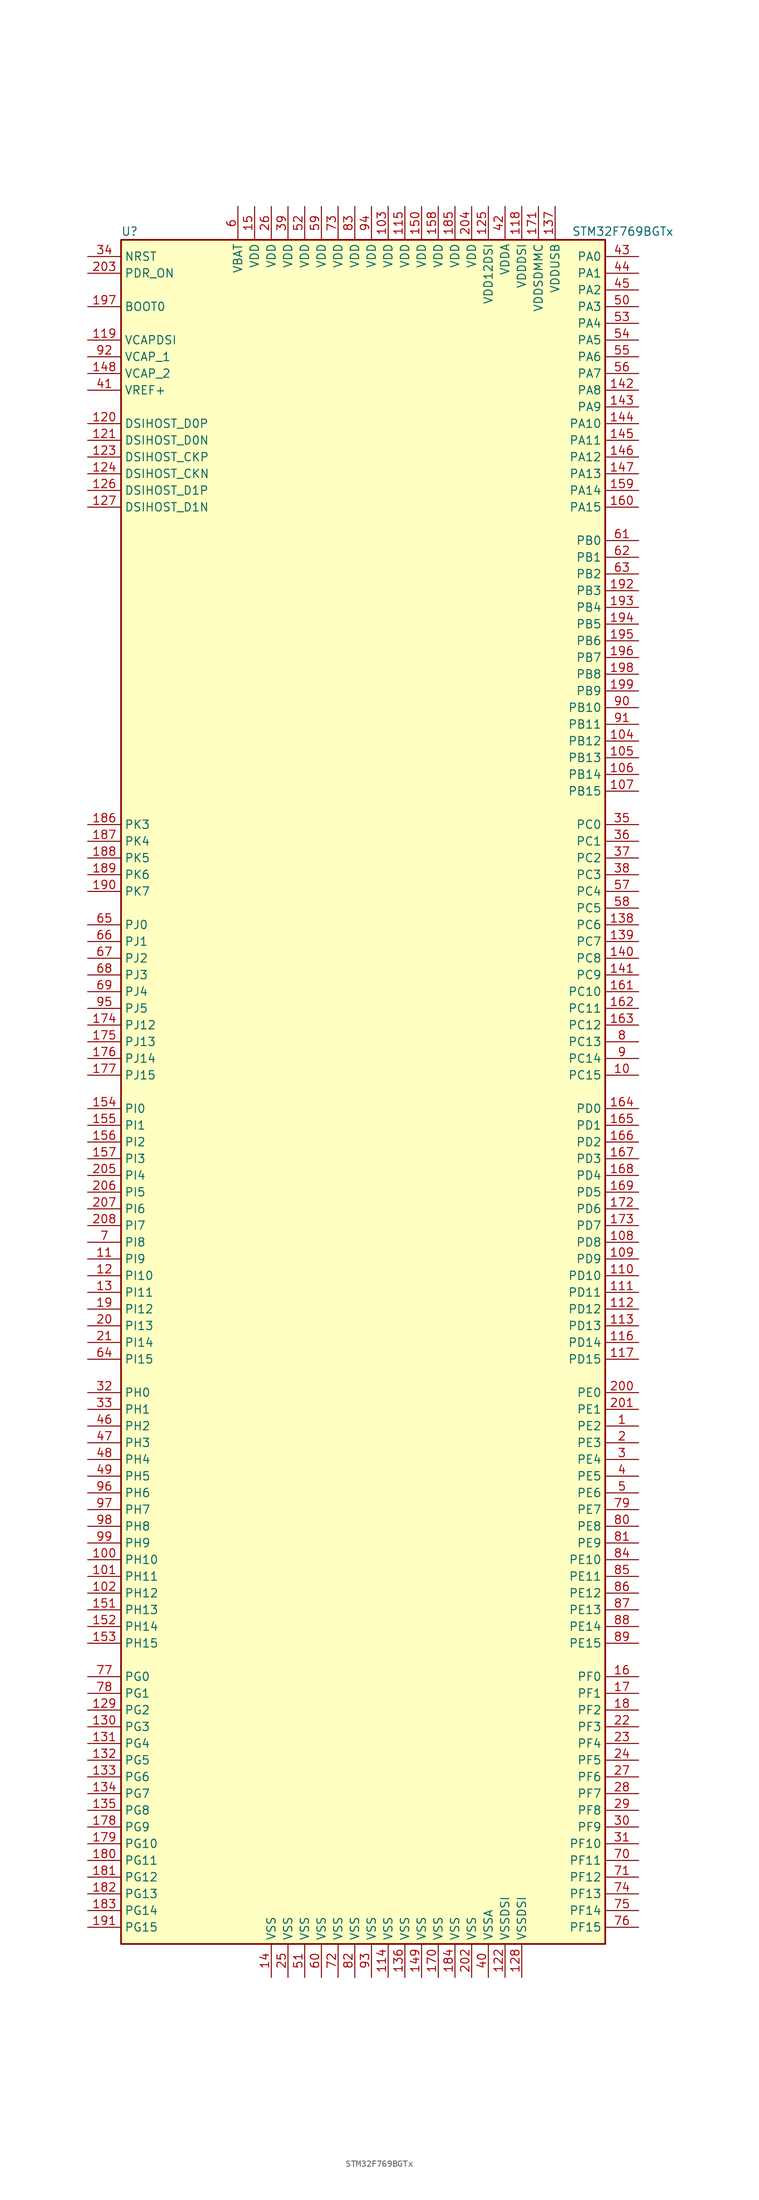
<source format=kicad_sym>
(kicad_symbol_lib
  (version 20220914)
  (generator kicad_symbol_editor)
  (symbol "STM32F769BGTx"
    (property "Reference" "U"
      (at -38.1 130.81 0)
      (effects (font (size 1.27 1.27)) (justify left)))
    (property "Value" "STM32F769BGTx"
      (at 30.48 130.81 0)
      (effects (font (size 1.27 1.27)) (justify left)))
    (symbol "STM32F769BGTx_0_1"
      (rectangle (start -38.1 -129.54) (end 35.56 129.54) (stroke (width 0.254) (type default)) (fill (type background))))
    (symbol "STM32F769BGTx_1_1"
      (pin bidirectional line (at 40.64 -50.8 180) (length 5.08) (name "PE2" (effects (font (size 1.27 1.27)))) (number "1" (effects (font (size 1.27 1.27)))))
      (pin bidirectional line (at 40.64 2.54 180) (length 5.08) (name "PC15" (effects (font (size 1.27 1.27)))) (number "10" (effects (font (size 1.27 1.27)))))
      (pin bidirectional line (at -43.18 -71.12 0) (length 5.08) (name "PH10" (effects (font (size 1.27 1.27)))) (number "100" (effects (font (size 1.27 1.27)))))
      (pin bidirectional line (at -43.18 -73.66 0) (length 5.08) (name "PH11" (effects (font (size 1.27 1.27)))) (number "101" (effects (font (size 1.27 1.27)))))
      (pin bidirectional line (at -43.18 -76.2 0) (length 5.08) (name "PH12" (effects (font (size 1.27 1.27)))) (number "102" (effects (font (size 1.27 1.27)))))
      (pin power_in line (at 2.54 134.62 270) (length 5.08) (name "VDD" (effects (font (size 1.27 1.27)))) (number "103" (effects (font (size 1.27 1.27)))))
      (pin bidirectional line (at 40.64 53.34 180) (length 5.08) (name "PB12" (effects (font (size 1.27 1.27)))) (number "104" (effects (font (size 1.27 1.27)))))
      (pin bidirectional line (at 40.64 50.8 180) (length 5.08) (name "PB13" (effects (font (size 1.27 1.27)))) (number "105" (effects (font (size 1.27 1.27)))))
      (pin bidirectional line (at 40.64 48.26 180) (length 5.08) (name "PB14" (effects (font (size 1.27 1.27)))) (number "106" (effects (font (size 1.27 1.27)))))
      (pin bidirectional line (at 40.64 45.72 180) (length 5.08) (name "PB15" (effects (font (size 1.27 1.27)))) (number "107" (effects (font (size 1.27 1.27)))))
      (pin bidirectional line (at 40.64 -22.86 180) (length 5.08) (name "PD8" (effects (font (size 1.27 1.27)))) (number "108" (effects (font (size 1.27 1.27)))))
      (pin bidirectional line (at 40.64 -25.4 180) (length 5.08) (name "PD9" (effects (font (size 1.27 1.27)))) (number "109" (effects (font (size 1.27 1.27)))))
      (pin bidirectional line (at -43.18 -25.4 0) (length 5.08) (name "PI9" (effects (font (size 1.27 1.27)))) (number "11" (effects (font (size 1.27 1.27)))))
      (pin bidirectional line (at 40.64 -27.94 180) (length 5.08) (name "PD10" (effects (font (size 1.27 1.27)))) (number "110" (effects (font (size 1.27 1.27)))))
      (pin bidirectional line (at 40.64 -30.48 180) (length 5.08) (name "PD11" (effects (font (size 1.27 1.27)))) (number "111" (effects (font (size 1.27 1.27)))))
      (pin bidirectional line (at 40.64 -33.02 180) (length 5.08) (name "PD12" (effects (font (size 1.27 1.27)))) (number "112" (effects (font (size 1.27 1.27)))))
      (pin bidirectional line (at 40.64 -35.56 180) (length 5.08) (name "PD13" (effects (font (size 1.27 1.27)))) (number "113" (effects (font (size 1.27 1.27)))))
      (pin power_in line (at 2.54 -134.62 90) (length 5.08) (name "VSS" (effects (font (size 1.27 1.27)))) (number "114" (effects (font (size 1.27 1.27)))))
      (pin power_in line (at 5.08 134.62 270) (length 5.08) (name "VDD" (effects (font (size 1.27 1.27)))) (number "115" (effects (font (size 1.27 1.27)))))
      (pin bidirectional line (at 40.64 -38.1 180) (length 5.08) (name "PD14" (effects (font (size 1.27 1.27)))) (number "116" (effects (font (size 1.27 1.27)))))
      (pin bidirectional line (at 40.64 -40.64 180) (length 5.08) (name "PD15" (effects (font (size 1.27 1.27)))) (number "117" (effects (font (size 1.27 1.27)))))
      (pin power_in line (at 22.86 134.62 270) (length 5.08) (name "VDDDSI" (effects (font (size 1.27 1.27)))) (number "118" (effects (font (size 1.27 1.27)))))
      (pin power_in line (at -43.18 114.3 0) (length 5.08) (name "VCAPDSI" (effects (font (size 1.27 1.27)))) (number "119" (effects (font (size 1.27 1.27)))))
      (pin bidirectional line (at -43.18 -27.94 0) (length 5.08) (name "PI10" (effects (font (size 1.27 1.27)))) (number "12" (effects (font (size 1.27 1.27)))))
      (pin bidirectional line (at -43.18 101.6 0) (length 5.08) (name "DSIHOST_D0P" (effects (font (size 1.27 1.27)))) (number "120" (effects (font (size 1.27 1.27)))))
      (pin bidirectional line (at -43.18 99.06 0) (length 5.08) (name "DSIHOST_D0N" (effects (font (size 1.27 1.27)))) (number "121" (effects (font (size 1.27 1.27)))))
      (pin power_in line (at 20.32 -134.62 90) (length 5.08) (name "VSSDSI" (effects (font (size 1.27 1.27)))) (number "122" (effects (font (size 1.27 1.27)))))
      (pin bidirectional line (at -43.18 96.52 0) (length 5.08) (name "DSIHOST_CKP" (effects (font (size 1.27 1.27)))) (number "123" (effects (font (size 1.27 1.27)))))
      (pin bidirectional line (at -43.18 93.98 0) (length 5.08) (name "DSIHOST_CKN" (effects (font (size 1.27 1.27)))) (number "124" (effects (font (size 1.27 1.27)))))
      (pin power_in line (at 17.78 134.62 270) (length 5.08) (name "VDD12DSI" (effects (font (size 1.27 1.27)))) (number "125" (effects (font (size 1.27 1.27)))))
      (pin bidirectional line (at -43.18 91.44 0) (length 5.08) (name "DSIHOST_D1P" (effects (font (size 1.27 1.27)))) (number "126" (effects (font (size 1.27 1.27)))))
      (pin bidirectional line (at -43.18 88.9 0) (length 5.08) (name "DSIHOST_D1N" (effects (font (size 1.27 1.27)))) (number "127" (effects (font (size 1.27 1.27)))))
      (pin power_in line (at 22.86 -134.62 90) (length 5.08) (name "VSSDSI" (effects (font (size 1.27 1.27)))) (number "128" (effects (font (size 1.27 1.27)))))
      (pin bidirectional line (at -43.18 -93.98 0) (length 5.08) (name "PG2" (effects (font (size 1.27 1.27)))) (number "129" (effects (font (size 1.27 1.27)))))
      (pin bidirectional line (at -43.18 -30.48 0) (length 5.08) (name "PI11" (effects (font (size 1.27 1.27)))) (number "13" (effects (font (size 1.27 1.27)))))
      (pin bidirectional line (at -43.18 -96.52 0) (length 5.08) (name "PG3" (effects (font (size 1.27 1.27)))) (number "130" (effects (font (size 1.27 1.27)))))
      (pin bidirectional line (at -43.18 -99.06 0) (length 5.08) (name "PG4" (effects (font (size 1.27 1.27)))) (number "131" (effects (font (size 1.27 1.27)))))
      (pin bidirectional line (at -43.18 -101.6 0) (length 5.08) (name "PG5" (effects (font (size 1.27 1.27)))) (number "132" (effects (font (size 1.27 1.27)))))
      (pin bidirectional line (at -43.18 -104.14 0) (length 5.08) (name "PG6" (effects (font (size 1.27 1.27)))) (number "133" (effects (font (size 1.27 1.27)))))
      (pin bidirectional line (at -43.18 -106.68 0) (length 5.08) (name "PG7" (effects (font (size 1.27 1.27)))) (number "134" (effects (font (size 1.27 1.27)))))
      (pin bidirectional line (at -43.18 -109.22 0) (length 5.08) (name "PG8" (effects (font (size 1.27 1.27)))) (number "135" (effects (font (size 1.27 1.27)))))
      (pin power_in line (at 5.08 -134.62 90) (length 5.08) (name "VSS" (effects (font (size 1.27 1.27)))) (number "136" (effects (font (size 1.27 1.27)))))
      (pin power_in line (at 27.94 134.62 270) (length 5.08) (name "VDDUSB" (effects (font (size 1.27 1.27)))) (number "137" (effects (font (size 1.27 1.27)))))
      (pin bidirectional line (at 40.64 25.4 180) (length 5.08) (name "PC6" (effects (font (size 1.27 1.27)))) (number "138" (effects (font (size 1.27 1.27)))))
      (pin bidirectional line (at 40.64 22.86 180) (length 5.08) (name "PC7" (effects (font (size 1.27 1.27)))) (number "139" (effects (font (size 1.27 1.27)))))
      (pin power_in line (at -15.24 -134.62 90) (length 5.08) (name "VSS" (effects (font (size 1.27 1.27)))) (number "14" (effects (font (size 1.27 1.27)))))
      (pin bidirectional line (at 40.64 20.32 180) (length 5.08) (name "PC8" (effects (font (size 1.27 1.27)))) (number "140" (effects (font (size 1.27 1.27)))))
      (pin bidirectional line (at 40.64 17.78 180) (length 5.08) (name "PC9" (effects (font (size 1.27 1.27)))) (number "141" (effects (font (size 1.27 1.27)))))
      (pin bidirectional line (at 40.64 106.68 180) (length 5.08) (name "PA8" (effects (font (size 1.27 1.27)))) (number "142" (effects (font (size 1.27 1.27)))))
      (pin bidirectional line (at 40.64 104.14 180) (length 5.08) (name "PA9" (effects (font (size 1.27 1.27)))) (number "143" (effects (font (size 1.27 1.27)))))
      (pin bidirectional line (at 40.64 101.6 180) (length 5.08) (name "PA10" (effects (font (size 1.27 1.27)))) (number "144" (effects (font (size 1.27 1.27)))))
      (pin bidirectional line (at 40.64 99.06 180) (length 5.08) (name "PA11" (effects (font (size 1.27 1.27)))) (number "145" (effects (font (size 1.27 1.27)))))
      (pin bidirectional line (at 40.64 96.52 180) (length 5.08) (name "PA12" (effects (font (size 1.27 1.27)))) (number "146" (effects (font (size 1.27 1.27)))))
      (pin bidirectional line (at 40.64 93.98 180) (length 5.08) (name "PA13" (effects (font (size 1.27 1.27)))) (number "147" (effects (font (size 1.27 1.27)))))
      (pin power_in line (at -43.18 109.22 0) (length 5.08) (name "VCAP_2" (effects (font (size 1.27 1.27)))) (number "148" (effects (font (size 1.27 1.27)))))
      (pin power_in line (at 7.62 -134.62 90) (length 5.08) (name "VSS" (effects (font (size 1.27 1.27)))) (number "149" (effects (font (size 1.27 1.27)))))
      (pin power_in line (at -17.78 134.62 270) (length 5.08) (name "VDD" (effects (font (size 1.27 1.27)))) (number "15" (effects (font (size 1.27 1.27)))))
      (pin power_in line (at 7.62 134.62 270) (length 5.08) (name "VDD" (effects (font (size 1.27 1.27)))) (number "150" (effects (font (size 1.27 1.27)))))
      (pin bidirectional line (at -43.18 -78.74 0) (length 5.08) (name "PH13" (effects (font (size 1.27 1.27)))) (number "151" (effects (font (size 1.27 1.27)))))
      (pin bidirectional line (at -43.18 -81.28 0) (length 5.08) (name "PH14" (effects (font (size 1.27 1.27)))) (number "152" (effects (font (size 1.27 1.27)))))
      (pin bidirectional line (at -43.18 -83.82 0) (length 5.08) (name "PH15" (effects (font (size 1.27 1.27)))) (number "153" (effects (font (size 1.27 1.27)))))
      (pin bidirectional line (at -43.18 -2.54 0) (length 5.08) (name "PI0" (effects (font (size 1.27 1.27)))) (number "154" (effects (font (size 1.27 1.27)))))
      (pin bidirectional line (at -43.18 -5.08 0) (length 5.08) (name "PI1" (effects (font (size 1.27 1.27)))) (number "155" (effects (font (size 1.27 1.27)))))
      (pin bidirectional line (at -43.18 -7.62 0) (length 5.08) (name "PI2" (effects (font (size 1.27 1.27)))) (number "156" (effects (font (size 1.27 1.27)))))
      (pin bidirectional line (at -43.18 -10.16 0) (length 5.08) (name "PI3" (effects (font (size 1.27 1.27)))) (number "157" (effects (font (size 1.27 1.27)))))
      (pin power_in line (at 10.16 134.62 270) (length 5.08) (name "VDD" (effects (font (size 1.27 1.27)))) (number "158" (effects (font (size 1.27 1.27)))))
      (pin bidirectional line (at 40.64 91.44 180) (length 5.08) (name "PA14" (effects (font (size 1.27 1.27)))) (number "159" (effects (font (size 1.27 1.27)))))
      (pin bidirectional line (at 40.64 -88.9 180) (length 5.08) (name "PF0" (effects (font (size 1.27 1.27)))) (number "16" (effects (font (size 1.27 1.27)))))
      (pin bidirectional line (at 40.64 88.9 180) (length 5.08) (name "PA15" (effects (font (size 1.27 1.27)))) (number "160" (effects (font (size 1.27 1.27)))))
      (pin bidirectional line (at 40.64 15.24 180) (length 5.08) (name "PC10" (effects (font (size 1.27 1.27)))) (number "161" (effects (font (size 1.27 1.27)))))
      (pin bidirectional line (at 40.64 12.7 180) (length 5.08) (name "PC11" (effects (font (size 1.27 1.27)))) (number "162" (effects (font (size 1.27 1.27)))))
      (pin bidirectional line (at 40.64 10.16 180) (length 5.08) (name "PC12" (effects (font (size 1.27 1.27)))) (number "163" (effects (font (size 1.27 1.27)))))
      (pin bidirectional line (at 40.64 -2.54 180) (length 5.08) (name "PD0" (effects (font (size 1.27 1.27)))) (number "164" (effects (font (size 1.27 1.27)))))
      (pin bidirectional line (at 40.64 -5.08 180) (length 5.08) (name "PD1" (effects (font (size 1.27 1.27)))) (number "165" (effects (font (size 1.27 1.27)))))
      (pin bidirectional line (at 40.64 -7.62 180) (length 5.08) (name "PD2" (effects (font (size 1.27 1.27)))) (number "166" (effects (font (size 1.27 1.27)))))
      (pin bidirectional line (at 40.64 -10.16 180) (length 5.08) (name "PD3" (effects (font (size 1.27 1.27)))) (number "167" (effects (font (size 1.27 1.27)))))
      (pin bidirectional line (at 40.64 -12.7 180) (length 5.08) (name "PD4" (effects (font (size 1.27 1.27)))) (number "168" (effects (font (size 1.27 1.27)))))
      (pin bidirectional line (at 40.64 -15.24 180) (length 5.08) (name "PD5" (effects (font (size 1.27 1.27)))) (number "169" (effects (font (size 1.27 1.27)))))
      (pin bidirectional line (at 40.64 -91.44 180) (length 5.08) (name "PF1" (effects (font (size 1.27 1.27)))) (number "17" (effects (font (size 1.27 1.27)))))
      (pin power_in line (at 10.16 -134.62 90) (length 5.08) (name "VSS" (effects (font (size 1.27 1.27)))) (number "170" (effects (font (size 1.27 1.27)))))
      (pin power_in line (at 25.4 134.62 270) (length 5.08) (name "VDDSDMMC" (effects (font (size 1.27 1.27)))) (number "171" (effects (font (size 1.27 1.27)))))
      (pin bidirectional line (at 40.64 -17.78 180) (length 5.08) (name "PD6" (effects (font (size 1.27 1.27)))) (number "172" (effects (font (size 1.27 1.27)))))
      (pin bidirectional line (at 40.64 -20.32 180) (length 5.08) (name "PD7" (effects (font (size 1.27 1.27)))) (number "173" (effects (font (size 1.27 1.27)))))
      (pin bidirectional line (at -43.18 10.16 0) (length 5.08) (name "PJ12" (effects (font (size 1.27 1.27)))) (number "174" (effects (font (size 1.27 1.27)))))
      (pin bidirectional line (at -43.18 7.62 0) (length 5.08) (name "PJ13" (effects (font (size 1.27 1.27)))) (number "175" (effects (font (size 1.27 1.27)))))
      (pin bidirectional line (at -43.18 5.08 0) (length 5.08) (name "PJ14" (effects (font (size 1.27 1.27)))) (number "176" (effects (font (size 1.27 1.27)))))
      (pin bidirectional line (at -43.18 2.54 0) (length 5.08) (name "PJ15" (effects (font (size 1.27 1.27)))) (number "177" (effects (font (size 1.27 1.27)))))
      (pin bidirectional line (at -43.18 -111.76 0) (length 5.08) (name "PG9" (effects (font (size 1.27 1.27)))) (number "178" (effects (font (size 1.27 1.27)))))
      (pin bidirectional line (at -43.18 -114.3 0) (length 5.08) (name "PG10" (effects (font (size 1.27 1.27)))) (number "179" (effects (font (size 1.27 1.27)))))
      (pin bidirectional line (at 40.64 -93.98 180) (length 5.08) (name "PF2" (effects (font (size 1.27 1.27)))) (number "18" (effects (font (size 1.27 1.27)))))
      (pin bidirectional line (at -43.18 -116.84 0) (length 5.08) (name "PG11" (effects (font (size 1.27 1.27)))) (number "180" (effects (font (size 1.27 1.27)))))
      (pin bidirectional line (at -43.18 -119.38 0) (length 5.08) (name "PG12" (effects (font (size 1.27 1.27)))) (number "181" (effects (font (size 1.27 1.27)))))
      (pin bidirectional line (at -43.18 -121.92 0) (length 5.08) (name "PG13" (effects (font (size 1.27 1.27)))) (number "182" (effects (font (size 1.27 1.27)))))
      (pin bidirectional line (at -43.18 -124.46 0) (length 5.08) (name "PG14" (effects (font (size 1.27 1.27)))) (number "183" (effects (font (size 1.27 1.27)))))
      (pin power_in line (at 12.7 -134.62 90) (length 5.08) (name "VSS" (effects (font (size 1.27 1.27)))) (number "184" (effects (font (size 1.27 1.27)))))
      (pin power_in line (at 12.7 134.62 270) (length 5.08) (name "VDD" (effects (font (size 1.27 1.27)))) (number "185" (effects (font (size 1.27 1.27)))))
      (pin bidirectional line (at -43.18 40.64 0) (length 5.08) (name "PK3" (effects (font (size 1.27 1.27)))) (number "186" (effects (font (size 1.27 1.27)))))
      (pin bidirectional line (at -43.18 38.1 0) (length 5.08) (name "PK4" (effects (font (size 1.27 1.27)))) (number "187" (effects (font (size 1.27 1.27)))))
      (pin bidirectional line (at -43.18 35.56 0) (length 5.08) (name "PK5" (effects (font (size 1.27 1.27)))) (number "188" (effects (font (size 1.27 1.27)))))
      (pin bidirectional line (at -43.18 33.02 0) (length 5.08) (name "PK6" (effects (font (size 1.27 1.27)))) (number "189" (effects (font (size 1.27 1.27)))))
      (pin bidirectional line (at -43.18 -33.02 0) (length 5.08) (name "PI12" (effects (font (size 1.27 1.27)))) (number "19" (effects (font (size 1.27 1.27)))))
      (pin bidirectional line (at -43.18 30.48 0) (length 5.08) (name "PK7" (effects (font (size 1.27 1.27)))) (number "190" (effects (font (size 1.27 1.27)))))
      (pin bidirectional line (at -43.18 -127 0) (length 5.08) (name "PG15" (effects (font (size 1.27 1.27)))) (number "191" (effects (font (size 1.27 1.27)))))
      (pin bidirectional line (at 40.64 76.2 180) (length 5.08) (name "PB3" (effects (font (size 1.27 1.27)))) (number "192" (effects (font (size 1.27 1.27)))))
      (pin bidirectional line (at 40.64 73.66 180) (length 5.08) (name "PB4" (effects (font (size 1.27 1.27)))) (number "193" (effects (font (size 1.27 1.27)))))
      (pin bidirectional line (at 40.64 71.12 180) (length 5.08) (name "PB5" (effects (font (size 1.27 1.27)))) (number "194" (effects (font (size 1.27 1.27)))))
      (pin bidirectional line (at 40.64 68.58 180) (length 5.08) (name "PB6" (effects (font (size 1.27 1.27)))) (number "195" (effects (font (size 1.27 1.27)))))
      (pin bidirectional line (at 40.64 66.04 180) (length 5.08) (name "PB7" (effects (font (size 1.27 1.27)))) (number "196" (effects (font (size 1.27 1.27)))))
      (pin input line (at -43.18 119.38 0) (length 5.08) (name "BOOT0" (effects (font (size 1.27 1.27)))) (number "197" (effects (font (size 1.27 1.27)))))
      (pin bidirectional line (at 40.64 63.5 180) (length 5.08) (name "PB8" (effects (font (size 1.27 1.27)))) (number "198" (effects (font (size 1.27 1.27)))))
      (pin bidirectional line (at 40.64 60.96 180) (length 5.08) (name "PB9" (effects (font (size 1.27 1.27)))) (number "199" (effects (font (size 1.27 1.27)))))
      (pin bidirectional line (at 40.64 -53.34 180) (length 5.08) (name "PE3" (effects (font (size 1.27 1.27)))) (number "2" (effects (font (size 1.27 1.27)))))
      (pin bidirectional line (at -43.18 -35.56 0) (length 5.08) (name "PI13" (effects (font (size 1.27 1.27)))) (number "20" (effects (font (size 1.27 1.27)))))
      (pin bidirectional line (at 40.64 -45.72 180) (length 5.08) (name "PE0" (effects (font (size 1.27 1.27)))) (number "200" (effects (font (size 1.27 1.27)))))
      (pin bidirectional line (at 40.64 -48.26 180) (length 5.08) (name "PE1" (effects (font (size 1.27 1.27)))) (number "201" (effects (font (size 1.27 1.27)))))
      (pin power_in line (at 15.24 -134.62 90) (length 5.08) (name "VSS" (effects (font (size 1.27 1.27)))) (number "202" (effects (font (size 1.27 1.27)))))
      (pin input line (at -43.18 124.46 0) (length 5.08) (name "PDR_ON" (effects (font (size 1.27 1.27)))) (number "203" (effects (font (size 1.27 1.27)))))
      (pin power_in line (at 15.24 134.62 270) (length 5.08) (name "VDD" (effects (font (size 1.27 1.27)))) (number "204" (effects (font (size 1.27 1.27)))))
      (pin bidirectional line (at -43.18 -12.7 0) (length 5.08) (name "PI4" (effects (font (size 1.27 1.27)))) (number "205" (effects (font (size 1.27 1.27)))))
      (pin bidirectional line (at -43.18 -15.24 0) (length 5.08) (name "PI5" (effects (font (size 1.27 1.27)))) (number "206" (effects (font (size 1.27 1.27)))))
      (pin bidirectional line (at -43.18 -17.78 0) (length 5.08) (name "PI6" (effects (font (size 1.27 1.27)))) (number "207" (effects (font (size 1.27 1.27)))))
      (pin bidirectional line (at -43.18 -20.32 0) (length 5.08) (name "PI7" (effects (font (size 1.27 1.27)))) (number "208" (effects (font (size 1.27 1.27)))))
      (pin bidirectional line (at -43.18 -38.1 0) (length 5.08) (name "PI14" (effects (font (size 1.27 1.27)))) (number "21" (effects (font (size 1.27 1.27)))))
      (pin bidirectional line (at 40.64 -96.52 180) (length 5.08) (name "PF3" (effects (font (size 1.27 1.27)))) (number "22" (effects (font (size 1.27 1.27)))))
      (pin bidirectional line (at 40.64 -99.06 180) (length 5.08) (name "PF4" (effects (font (size 1.27 1.27)))) (number "23" (effects (font (size 1.27 1.27)))))
      (pin bidirectional line (at 40.64 -101.6 180) (length 5.08) (name "PF5" (effects (font (size 1.27 1.27)))) (number "24" (effects (font (size 1.27 1.27)))))
      (pin power_in line (at -12.7 -134.62 90) (length 5.08) (name "VSS" (effects (font (size 1.27 1.27)))) (number "25" (effects (font (size 1.27 1.27)))))
      (pin power_in line (at -15.24 134.62 270) (length 5.08) (name "VDD" (effects (font (size 1.27 1.27)))) (number "26" (effects (font (size 1.27 1.27)))))
      (pin bidirectional line (at 40.64 -104.14 180) (length 5.08) (name "PF6" (effects (font (size 1.27 1.27)))) (number "27" (effects (font (size 1.27 1.27)))))
      (pin bidirectional line (at 40.64 -106.68 180) (length 5.08) (name "PF7" (effects (font (size 1.27 1.27)))) (number "28" (effects (font (size 1.27 1.27)))))
      (pin bidirectional line (at 40.64 -109.22 180) (length 5.08) (name "PF8" (effects (font (size 1.27 1.27)))) (number "29" (effects (font (size 1.27 1.27)))))
      (pin bidirectional line (at 40.64 -55.88 180) (length 5.08) (name "PE4" (effects (font (size 1.27 1.27)))) (number "3" (effects (font (size 1.27 1.27)))))
      (pin bidirectional line (at 40.64 -111.76 180) (length 5.08) (name "PF9" (effects (font (size 1.27 1.27)))) (number "30" (effects (font (size 1.27 1.27)))))
      (pin bidirectional line (at 40.64 -114.3 180) (length 5.08) (name "PF10" (effects (font (size 1.27 1.27)))) (number "31" (effects (font (size 1.27 1.27)))))
      (pin input line (at -43.18 -45.72 0) (length 5.08) (name "PH0" (effects (font (size 1.27 1.27)))) (number "32" (effects (font (size 1.27 1.27)))))
      (pin input line (at -43.18 -48.26 0) (length 5.08) (name "PH1" (effects (font (size 1.27 1.27)))) (number "33" (effects (font (size 1.27 1.27)))))
      (pin input line (at -43.18 127 0) (length 5.08) (name "NRST" (effects (font (size 1.27 1.27)))) (number "34" (effects (font (size 1.27 1.27)))))
      (pin bidirectional line (at 40.64 40.64 180) (length 5.08) (name "PC0" (effects (font (size 1.27 1.27)))) (number "35" (effects (font (size 1.27 1.27)))))
      (pin bidirectional line (at 40.64 38.1 180) (length 5.08) (name "PC1" (effects (font (size 1.27 1.27)))) (number "36" (effects (font (size 1.27 1.27)))))
      (pin bidirectional line (at 40.64 35.56 180) (length 5.08) (name "PC2" (effects (font (size 1.27 1.27)))) (number "37" (effects (font (size 1.27 1.27)))))
      (pin bidirectional line (at 40.64 33.02 180) (length 5.08) (name "PC3" (effects (font (size 1.27 1.27)))) (number "38" (effects (font (size 1.27 1.27)))))
      (pin power_in line (at -12.7 134.62 270) (length 5.08) (name "VDD" (effects (font (size 1.27 1.27)))) (number "39" (effects (font (size 1.27 1.27)))))
      (pin bidirectional line (at 40.64 -58.42 180) (length 5.08) (name "PE5" (effects (font (size 1.27 1.27)))) (number "4" (effects (font (size 1.27 1.27)))))
      (pin power_in line (at 17.78 -134.62 90) (length 5.08) (name "VSSA" (effects (font (size 1.27 1.27)))) (number "40" (effects (font (size 1.27 1.27)))))
      (pin power_in line (at -43.18 106.68 0) (length 5.08) (name "VREF+" (effects (font (size 1.27 1.27)))) (number "41" (effects (font (size 1.27 1.27)))))
      (pin power_in line (at 20.32 134.62 270) (length 5.08) (name "VDDA" (effects (font (size 1.27 1.27)))) (number "42" (effects (font (size 1.27 1.27)))))
      (pin bidirectional line (at 40.64 127 180) (length 5.08) (name "PA0" (effects (font (size 1.27 1.27)))) (number "43" (effects (font (size 1.27 1.27)))))
      (pin bidirectional line (at 40.64 124.46 180) (length 5.08) (name "PA1" (effects (font (size 1.27 1.27)))) (number "44" (effects (font (size 1.27 1.27)))))
      (pin bidirectional line (at 40.64 121.92 180) (length 5.08) (name "PA2" (effects (font (size 1.27 1.27)))) (number "45" (effects (font (size 1.27 1.27)))))
      (pin bidirectional line (at -43.18 -50.8 0) (length 5.08) (name "PH2" (effects (font (size 1.27 1.27)))) (number "46" (effects (font (size 1.27 1.27)))))
      (pin bidirectional line (at -43.18 -53.34 0) (length 5.08) (name "PH3" (effects (font (size 1.27 1.27)))) (number "47" (effects (font (size 1.27 1.27)))))
      (pin bidirectional line (at -43.18 -55.88 0) (length 5.08) (name "PH4" (effects (font (size 1.27 1.27)))) (number "48" (effects (font (size 1.27 1.27)))))
      (pin bidirectional line (at -43.18 -58.42 0) (length 5.08) (name "PH5" (effects (font (size 1.27 1.27)))) (number "49" (effects (font (size 1.27 1.27)))))
      (pin bidirectional line (at 40.64 -60.96 180) (length 5.08) (name "PE6" (effects (font (size 1.27 1.27)))) (number "5" (effects (font (size 1.27 1.27)))))
      (pin bidirectional line (at 40.64 119.38 180) (length 5.08) (name "PA3" (effects (font (size 1.27 1.27)))) (number "50" (effects (font (size 1.27 1.27)))))
      (pin power_in line (at -10.16 -134.62 90) (length 5.08) (name "VSS" (effects (font (size 1.27 1.27)))) (number "51" (effects (font (size 1.27 1.27)))))
      (pin power_in line (at -10.16 134.62 270) (length 5.08) (name "VDD" (effects (font (size 1.27 1.27)))) (number "52" (effects (font (size 1.27 1.27)))))
      (pin bidirectional line (at 40.64 116.84 180) (length 5.08) (name "PA4" (effects (font (size 1.27 1.27)))) (number "53" (effects (font (size 1.27 1.27)))))
      (pin bidirectional line (at 40.64 114.3 180) (length 5.08) (name "PA5" (effects (font (size 1.27 1.27)))) (number "54" (effects (font (size 1.27 1.27)))))
      (pin bidirectional line (at 40.64 111.76 180) (length 5.08) (name "PA6" (effects (font (size 1.27 1.27)))) (number "55" (effects (font (size 1.27 1.27)))))
      (pin bidirectional line (at 40.64 109.22 180) (length 5.08) (name "PA7" (effects (font (size 1.27 1.27)))) (number "56" (effects (font (size 1.27 1.27)))))
      (pin bidirectional line (at 40.64 30.48 180) (length 5.08) (name "PC4" (effects (font (size 1.27 1.27)))) (number "57" (effects (font (size 1.27 1.27)))))
      (pin bidirectional line (at 40.64 27.94 180) (length 5.08) (name "PC5" (effects (font (size 1.27 1.27)))) (number "58" (effects (font (size 1.27 1.27)))))
      (pin power_in line (at -7.62 134.62 270) (length 5.08) (name "VDD" (effects (font (size 1.27 1.27)))) (number "59" (effects (font (size 1.27 1.27)))))
      (pin power_in line (at -20.32 134.62 270) (length 5.08) (name "VBAT" (effects (font (size 1.27 1.27)))) (number "6" (effects (font (size 1.27 1.27)))))
      (pin power_in line (at -7.62 -134.62 90) (length 5.08) (name "VSS" (effects (font (size 1.27 1.27)))) (number "60" (effects (font (size 1.27 1.27)))))
      (pin bidirectional line (at 40.64 83.82 180) (length 5.08) (name "PB0" (effects (font (size 1.27 1.27)))) (number "61" (effects (font (size 1.27 1.27)))))
      (pin bidirectional line (at 40.64 81.28 180) (length 5.08) (name "PB1" (effects (font (size 1.27 1.27)))) (number "62" (effects (font (size 1.27 1.27)))))
      (pin bidirectional line (at 40.64 78.74 180) (length 5.08) (name "PB2" (effects (font (size 1.27 1.27)))) (number "63" (effects (font (size 1.27 1.27)))))
      (pin bidirectional line (at -43.18 -40.64 0) (length 5.08) (name "PI15" (effects (font (size 1.27 1.27)))) (number "64" (effects (font (size 1.27 1.27)))))
      (pin bidirectional line (at -43.18 25.4 0) (length 5.08) (name "PJ0" (effects (font (size 1.27 1.27)))) (number "65" (effects (font (size 1.27 1.27)))))
      (pin bidirectional line (at -43.18 22.86 0) (length 5.08) (name "PJ1" (effects (font (size 1.27 1.27)))) (number "66" (effects (font (size 1.27 1.27)))))
      (pin bidirectional line (at -43.18 20.32 0) (length 5.08) (name "PJ2" (effects (font (size 1.27 1.27)))) (number "67" (effects (font (size 1.27 1.27)))))
      (pin bidirectional line (at -43.18 17.78 0) (length 5.08) (name "PJ3" (effects (font (size 1.27 1.27)))) (number "68" (effects (font (size 1.27 1.27)))))
      (pin bidirectional line (at -43.18 15.24 0) (length 5.08) (name "PJ4" (effects (font (size 1.27 1.27)))) (number "69" (effects (font (size 1.27 1.27)))))
      (pin bidirectional line (at -43.18 -22.86 0) (length 5.08) (name "PI8" (effects (font (size 1.27 1.27)))) (number "7" (effects (font (size 1.27 1.27)))))
      (pin bidirectional line (at 40.64 -116.84 180) (length 5.08) (name "PF11" (effects (font (size 1.27 1.27)))) (number "70" (effects (font (size 1.27 1.27)))))
      (pin bidirectional line (at 40.64 -119.38 180) (length 5.08) (name "PF12" (effects (font (size 1.27 1.27)))) (number "71" (effects (font (size 1.27 1.27)))))
      (pin power_in line (at -5.08 -134.62 90) (length 5.08) (name "VSS" (effects (font (size 1.27 1.27)))) (number "72" (effects (font (size 1.27 1.27)))))
      (pin power_in line (at -5.08 134.62 270) (length 5.08) (name "VDD" (effects (font (size 1.27 1.27)))) (number "73" (effects (font (size 1.27 1.27)))))
      (pin bidirectional line (at 40.64 -121.92 180) (length 5.08) (name "PF13" (effects (font (size 1.27 1.27)))) (number "74" (effects (font (size 1.27 1.27)))))
      (pin bidirectional line (at 40.64 -124.46 180) (length 5.08) (name "PF14" (effects (font (size 1.27 1.27)))) (number "75" (effects (font (size 1.27 1.27)))))
      (pin bidirectional line (at 40.64 -127 180) (length 5.08) (name "PF15" (effects (font (size 1.27 1.27)))) (number "76" (effects (font (size 1.27 1.27)))))
      (pin bidirectional line (at -43.18 -88.9 0) (length 5.08) (name "PG0" (effects (font (size 1.27 1.27)))) (number "77" (effects (font (size 1.27 1.27)))))
      (pin bidirectional line (at -43.18 -91.44 0) (length 5.08) (name "PG1" (effects (font (size 1.27 1.27)))) (number "78" (effects (font (size 1.27 1.27)))))
      (pin bidirectional line (at 40.64 -63.5 180) (length 5.08) (name "PE7" (effects (font (size 1.27 1.27)))) (number "79" (effects (font (size 1.27 1.27)))))
      (pin bidirectional line (at 40.64 7.62 180) (length 5.08) (name "PC13" (effects (font (size 1.27 1.27)))) (number "8" (effects (font (size 1.27 1.27)))))
      (pin bidirectional line (at 40.64 -66.04 180) (length 5.08) (name "PE8" (effects (font (size 1.27 1.27)))) (number "80" (effects (font (size 1.27 1.27)))))
      (pin bidirectional line (at 40.64 -68.58 180) (length 5.08) (name "PE9" (effects (font (size 1.27 1.27)))) (number "81" (effects (font (size 1.27 1.27)))))
      (pin power_in line (at -2.54 -134.62 90) (length 5.08) (name "VSS" (effects (font (size 1.27 1.27)))) (number "82" (effects (font (size 1.27 1.27)))))
      (pin power_in line (at -2.54 134.62 270) (length 5.08) (name "VDD" (effects (font (size 1.27 1.27)))) (number "83" (effects (font (size 1.27 1.27)))))
      (pin bidirectional line (at 40.64 -71.12 180) (length 5.08) (name "PE10" (effects (font (size 1.27 1.27)))) (number "84" (effects (font (size 1.27 1.27)))))
      (pin bidirectional line (at 40.64 -73.66 180) (length 5.08) (name "PE11" (effects (font (size 1.27 1.27)))) (number "85" (effects (font (size 1.27 1.27)))))
      (pin bidirectional line (at 40.64 -76.2 180) (length 5.08) (name "PE12" (effects (font (size 1.27 1.27)))) (number "86" (effects (font (size 1.27 1.27)))))
      (pin bidirectional line (at 40.64 -78.74 180) (length 5.08) (name "PE13" (effects (font (size 1.27 1.27)))) (number "87" (effects (font (size 1.27 1.27)))))
      (pin bidirectional line (at 40.64 -81.28 180) (length 5.08) (name "PE14" (effects (font (size 1.27 1.27)))) (number "88" (effects (font (size 1.27 1.27)))))
      (pin bidirectional line (at 40.64 -83.82 180) (length 5.08) (name "PE15" (effects (font (size 1.27 1.27)))) (number "89" (effects (font (size 1.27 1.27)))))
      (pin bidirectional line (at 40.64 5.08 180) (length 5.08) (name "PC14" (effects (font (size 1.27 1.27)))) (number "9" (effects (font (size 1.27 1.27)))))
      (pin bidirectional line (at 40.64 58.42 180) (length 5.08) (name "PB10" (effects (font (size 1.27 1.27)))) (number "90" (effects (font (size 1.27 1.27)))))
      (pin bidirectional line (at 40.64 55.88 180) (length 5.08) (name "PB11" (effects (font (size 1.27 1.27)))) (number "91" (effects (font (size 1.27 1.27)))))
      (pin power_in line (at -43.18 111.76 0) (length 5.08) (name "VCAP_1" (effects (font (size 1.27 1.27)))) (number "92" (effects (font (size 1.27 1.27)))))
      (pin power_in line (at 0 -134.62 90) (length 5.08) (name "VSS" (effects (font (size 1.27 1.27)))) (number "93" (effects (font (size 1.27 1.27)))))
      (pin power_in line (at 0 134.62 270) (length 5.08) (name "VDD" (effects (font (size 1.27 1.27)))) (number "94" (effects (font (size 1.27 1.27)))))
      (pin bidirectional line (at -43.18 12.7 0) (length 5.08) (name "PJ5" (effects (font (size 1.27 1.27)))) (number "95" (effects (font (size 1.27 1.27)))))
      (pin bidirectional line (at -43.18 -60.96 0) (length 5.08) (name "PH6" (effects (font (size 1.27 1.27)))) (number "96" (effects (font (size 1.27 1.27)))))
      (pin bidirectional line (at -43.18 -63.5 0) (length 5.08) (name "PH7" (effects (font (size 1.27 1.27)))) (number "97" (effects (font (size 1.27 1.27)))))
      (pin bidirectional line (at -43.18 -66.04 0) (length 5.08) (name "PH8" (effects (font (size 1.27 1.27)))) (number "98" (effects (font (size 1.27 1.27)))))
      (pin bidirectional line (at -43.18 -68.58 0) (length 5.08) (name "PH9" (effects (font (size 1.27 1.27)))) (number "99" (effects (font (size 1.27 1.27))))))))
</source>
